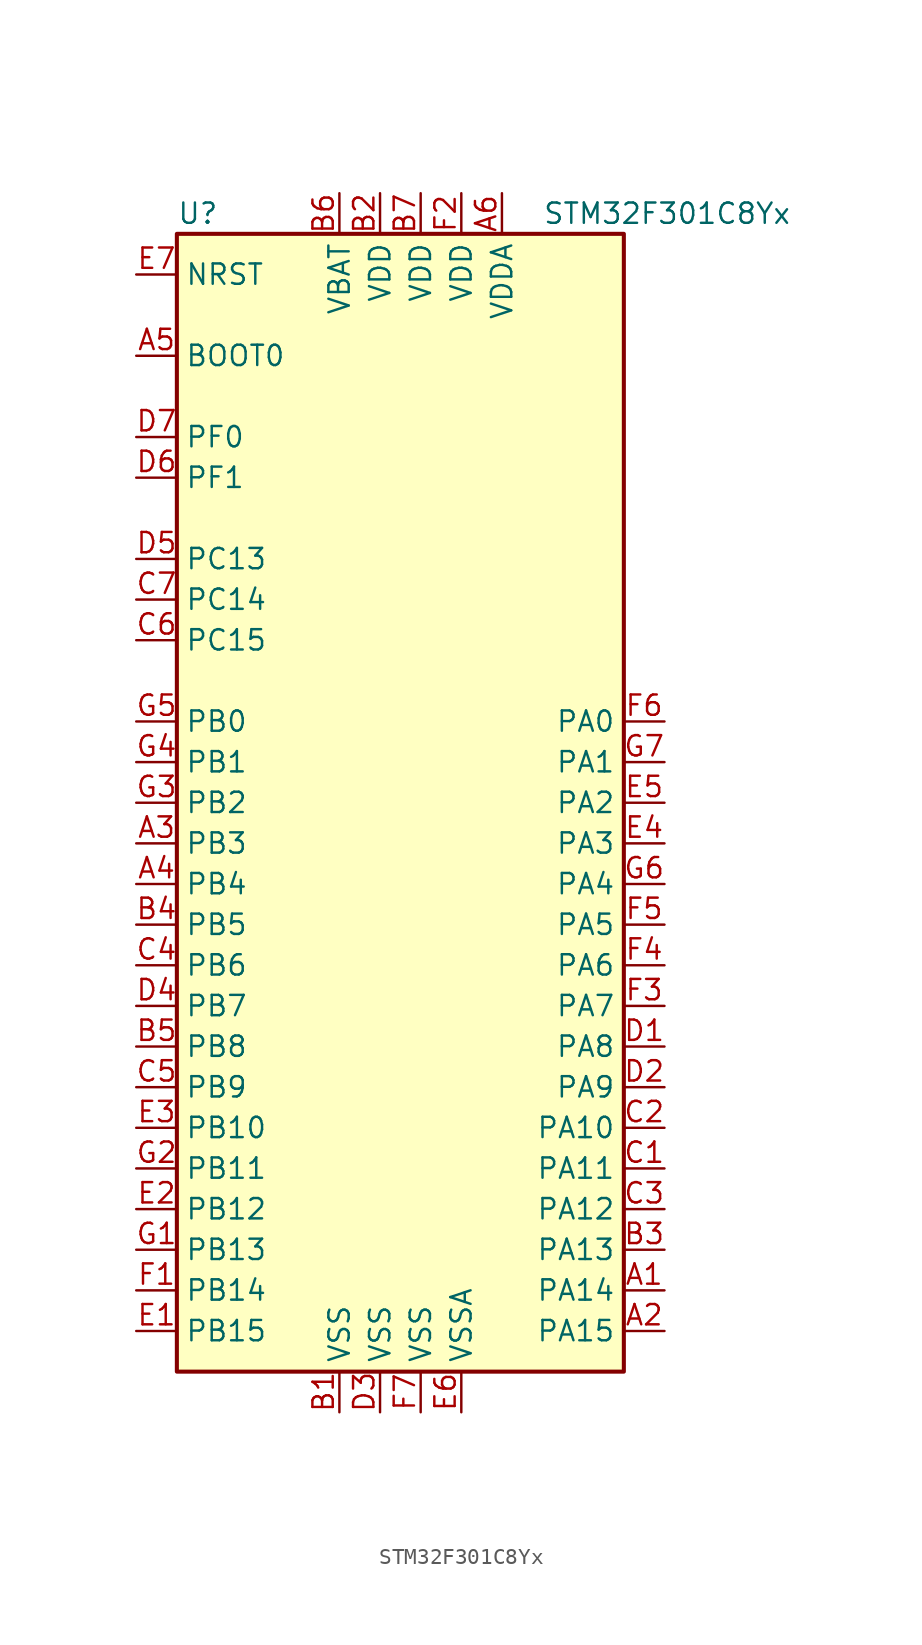
<source format=kicad_sym>
(kicad_symbol_lib
  (version 20200908)
  (generator kicad_symbol_editor)
  (symbol "MCU_ST_STM32F3:STM32F301C8Yx"
    (property "Reference" "U"
      (at -15.24 36.83 0)
      (effects (font (size 1.27 1.27)) (justify left)))
    (property "Value" "STM32F301C8Yx"
      (at 7.62 36.83 0)
      (effects (font (size 1.27 1.27)) (justify left)))
    (symbol "STM32F301C8Yx_0_1"
      (rectangle (start -15.24 -35.56) (end 12.7 35.56) (stroke (width 0.254)) (fill (type background))))
    (symbol "STM32F301C8Yx_1_1"
      (pin input line (at -17.78 27.94 0) (length 2.54) (name "BOOT0" (effects (font (size 1.27 1.27)))) (number "A5" (effects (font (size 1.27 1.27)))))
      (pin unconnected line (at -15.24 -33.02 0) (length 2.54) hide (name "NC" (effects (font (size 1.27 1.27)))) (number "A7" (effects (font (size 1.27 1.27)))))
      (pin input line (at -17.78 33.02 0) (length 2.54) (name "NRST" (effects (font (size 1.27 1.27)))) (number "E7" (effects (font (size 1.27 1.27)))))
      (pin bidirectional line (at 15.24 5.08 180) (length 2.54) (name "PA0" (effects (font (size 1.27 1.27)))) (number "F6" (effects (font (size 1.27 1.27)))))
      (pin bidirectional line (at 15.24 2.54 180) (length 2.54) (name "PA1" (effects (font (size 1.27 1.27)))) (number "G7" (effects (font (size 1.27 1.27)))))
      (pin bidirectional line (at 15.24 -20.32 180) (length 2.54) (name "PA10" (effects (font (size 1.27 1.27)))) (number "C2" (effects (font (size 1.27 1.27)))))
      (pin bidirectional line (at 15.24 -22.86 180) (length 2.54) (name "PA11" (effects (font (size 1.27 1.27)))) (number "C1" (effects (font (size 1.27 1.27)))))
      (pin bidirectional line (at 15.24 -25.4 180) (length 2.54) (name "PA12" (effects (font (size 1.27 1.27)))) (number "C3" (effects (font (size 1.27 1.27)))))
      (pin bidirectional line (at 15.24 -27.94 180) (length 2.54) (name "PA13" (effects (font (size 1.27 1.27)))) (number "B3" (effects (font (size 1.27 1.27)))))
      (pin bidirectional line (at 15.24 -30.48 180) (length 2.54) (name "PA14" (effects (font (size 1.27 1.27)))) (number "A1" (effects (font (size 1.27 1.27)))))
      (pin bidirectional line (at 15.24 -33.02 180) (length 2.54) (name "PA15" (effects (font (size 1.27 1.27)))) (number "A2" (effects (font (size 1.27 1.27)))))
      (pin bidirectional line (at 15.24 0 180) (length 2.54) (name "PA2" (effects (font (size 1.27 1.27)))) (number "E5" (effects (font (size 1.27 1.27)))))
      (pin bidirectional line (at 15.24 -2.54 180) (length 2.54) (name "PA3" (effects (font (size 1.27 1.27)))) (number "E4" (effects (font (size 1.27 1.27)))))
      (pin bidirectional line (at 15.24 -5.08 180) (length 2.54) (name "PA4" (effects (font (size 1.27 1.27)))) (number "G6" (effects (font (size 1.27 1.27)))))
      (pin bidirectional line (at 15.24 -7.62 180) (length 2.54) (name "PA5" (effects (font (size 1.27 1.27)))) (number "F5" (effects (font (size 1.27 1.27)))))
      (pin bidirectional line (at 15.24 -10.16 180) (length 2.54) (name "PA6" (effects (font (size 1.27 1.27)))) (number "F4" (effects (font (size 1.27 1.27)))))
      (pin bidirectional line (at 15.24 -12.7 180) (length 2.54) (name "PA7" (effects (font (size 1.27 1.27)))) (number "F3" (effects (font (size 1.27 1.27)))))
      (pin bidirectional line (at 15.24 -15.24 180) (length 2.54) (name "PA8" (effects (font (size 1.27 1.27)))) (number "D1" (effects (font (size 1.27 1.27)))))
      (pin bidirectional line (at 15.24 -17.78 180) (length 2.54) (name "PA9" (effects (font (size 1.27 1.27)))) (number "D2" (effects (font (size 1.27 1.27)))))
      (pin bidirectional line (at -17.78 5.08 0) (length 2.54) (name "PB0" (effects (font (size 1.27 1.27)))) (number "G5" (effects (font (size 1.27 1.27)))))
      (pin bidirectional line (at -17.78 2.54 0) (length 2.54) (name "PB1" (effects (font (size 1.27 1.27)))) (number "G4" (effects (font (size 1.27 1.27)))))
      (pin bidirectional line (at -17.78 -20.32 0) (length 2.54) (name "PB10" (effects (font (size 1.27 1.27)))) (number "E3" (effects (font (size 1.27 1.27)))))
      (pin bidirectional line (at -17.78 -22.86 0) (length 2.54) (name "PB11" (effects (font (size 1.27 1.27)))) (number "G2" (effects (font (size 1.27 1.27)))))
      (pin bidirectional line (at -17.78 -25.4 0) (length 2.54) (name "PB12" (effects (font (size 1.27 1.27)))) (number "E2" (effects (font (size 1.27 1.27)))))
      (pin bidirectional line (at -17.78 -27.94 0) (length 2.54) (name "PB13" (effects (font (size 1.27 1.27)))) (number "G1" (effects (font (size 1.27 1.27)))))
      (pin bidirectional line (at -17.78 -30.48 0) (length 2.54) (name "PB14" (effects (font (size 1.27 1.27)))) (number "F1" (effects (font (size 1.27 1.27)))))
      (pin bidirectional line (at -17.78 -33.02 0) (length 2.54) (name "PB15" (effects (font (size 1.27 1.27)))) (number "E1" (effects (font (size 1.27 1.27)))))
      (pin bidirectional line (at -17.78 0 0) (length 2.54) (name "PB2" (effects (font (size 1.27 1.27)))) (number "G3" (effects (font (size 1.27 1.27)))))
      (pin bidirectional line (at -17.78 -2.54 0) (length 2.54) (name "PB3" (effects (font (size 1.27 1.27)))) (number "A3" (effects (font (size 1.27 1.27)))))
      (pin bidirectional line (at -17.78 -5.08 0) (length 2.54) (name "PB4" (effects (font (size 1.27 1.27)))) (number "A4" (effects (font (size 1.27 1.27)))))
      (pin bidirectional line (at -17.78 -7.62 0) (length 2.54) (name "PB5" (effects (font (size 1.27 1.27)))) (number "B4" (effects (font (size 1.27 1.27)))))
      (pin bidirectional line (at -17.78 -10.16 0) (length 2.54) (name "PB6" (effects (font (size 1.27 1.27)))) (number "C4" (effects (font (size 1.27 1.27)))))
      (pin bidirectional line (at -17.78 -12.7 0) (length 2.54) (name "PB7" (effects (font (size 1.27 1.27)))) (number "D4" (effects (font (size 1.27 1.27)))))
      (pin bidirectional line (at -17.78 -15.24 0) (length 2.54) (name "PB8" (effects (font (size 1.27 1.27)))) (number "B5" (effects (font (size 1.27 1.27)))))
      (pin bidirectional line (at -17.78 -17.78 0) (length 2.54) (name "PB9" (effects (font (size 1.27 1.27)))) (number "C5" (effects (font (size 1.27 1.27)))))
      (pin bidirectional line (at -17.78 15.24 0) (length 2.54) (name "PC13" (effects (font (size 1.27 1.27)))) (number "D5" (effects (font (size 1.27 1.27)))))
      (pin bidirectional line (at -17.78 12.7 0) (length 2.54) (name "PC14" (effects (font (size 1.27 1.27)))) (number "C7" (effects (font (size 1.27 1.27)))))
      (pin bidirectional line (at -17.78 10.16 0) (length 2.54) (name "PC15" (effects (font (size 1.27 1.27)))) (number "C6" (effects (font (size 1.27 1.27)))))
      (pin input line (at -17.78 22.86 0) (length 2.54) (name "PF0" (effects (font (size 1.27 1.27)))) (number "D7" (effects (font (size 1.27 1.27)))))
      (pin input line (at -17.78 20.32 0) (length 2.54) (name "PF1" (effects (font (size 1.27 1.27)))) (number "D6" (effects (font (size 1.27 1.27)))))
      (pin power_in line (at -5.08 38.1 270) (length 2.54) (name "VBAT" (effects (font (size 1.27 1.27)))) (number "B6" (effects (font (size 1.27 1.27)))))
      (pin power_in line (at -2.54 38.1 270) (length 2.54) (name "VDD" (effects (font (size 1.27 1.27)))) (number "B2" (effects (font (size 1.27 1.27)))))
      (pin power_in line (at 0 38.1 270) (length 2.54) (name "VDD" (effects (font (size 1.27 1.27)))) (number "B7" (effects (font (size 1.27 1.27)))))
      (pin power_in line (at 2.54 38.1 270) (length 2.54) (name "VDD" (effects (font (size 1.27 1.27)))) (number "F2" (effects (font (size 1.27 1.27)))))
      (pin power_in line (at 5.08 38.1 270) (length 2.54) (name "VDDA" (effects (font (size 1.27 1.27)))) (number "A6" (effects (font (size 1.27 1.27)))))
      (pin power_in line (at -5.08 -38.1 90) (length 2.54) (name "VSS" (effects (font (size 1.27 1.27)))) (number "B1" (effects (font (size 1.27 1.27)))))
      (pin power_in line (at -2.54 -38.1 90) (length 2.54) (name "VSS" (effects (font (size 1.27 1.27)))) (number "D3" (effects (font (size 1.27 1.27)))))
      (pin power_in line (at 0 -38.1 90) (length 2.54) (name "VSS" (effects (font (size 1.27 1.27)))) (number "F7" (effects (font (size 1.27 1.27)))))
      (pin power_in line (at 2.54 -38.1 90) (length 2.54) (name "VSSA" (effects (font (size 1.27 1.27)))) (number "E6" (effects (font (size 1.27 1.27))))))))
</source>
